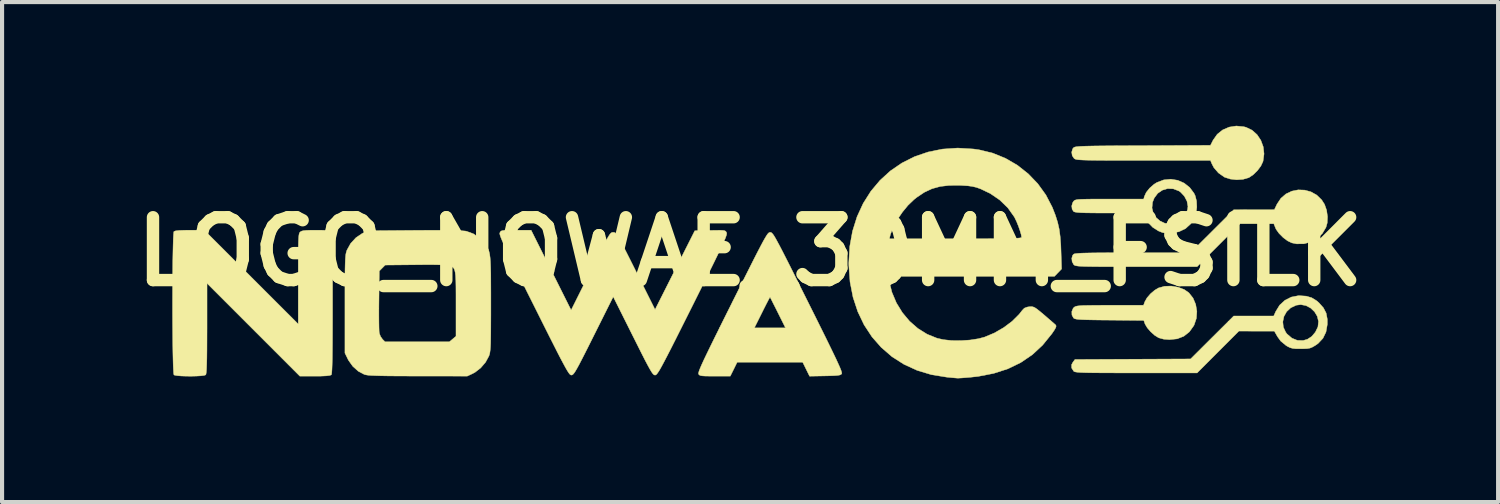
<source format=kicad_pcb>
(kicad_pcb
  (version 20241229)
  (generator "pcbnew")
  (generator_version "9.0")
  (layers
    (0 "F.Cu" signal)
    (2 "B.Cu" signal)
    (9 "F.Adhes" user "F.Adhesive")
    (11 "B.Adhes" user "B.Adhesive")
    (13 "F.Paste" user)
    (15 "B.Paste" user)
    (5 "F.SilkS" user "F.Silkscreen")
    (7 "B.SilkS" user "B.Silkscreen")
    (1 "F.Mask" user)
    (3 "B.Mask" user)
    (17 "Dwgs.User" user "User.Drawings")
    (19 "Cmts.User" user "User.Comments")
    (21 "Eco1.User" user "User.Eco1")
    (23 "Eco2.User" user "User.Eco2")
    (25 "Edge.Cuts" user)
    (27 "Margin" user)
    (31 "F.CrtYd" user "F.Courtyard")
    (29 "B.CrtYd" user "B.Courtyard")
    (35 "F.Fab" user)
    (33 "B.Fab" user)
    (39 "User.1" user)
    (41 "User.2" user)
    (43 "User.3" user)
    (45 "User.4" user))
  (footprint "LOGO_NOWAE_30MM_FSILK"
    (layer "F.Cu")
    (at 15.138 3.052)
    (property "Reference" "LOGO_NOWAE_30MM_FSILK" (at 0 0 0) (layer "F.SilkS") (effects (font (size 1.524 1.524) (thickness 0.3))))
    (attr through_hole)
    (fp_poly (pts (xy 10.379 0.862) (xy 10.53 0.92) (xy 10.64 0.997) (xy 10.741 1.125) (xy 10.806 1.279) (xy 10.834 1.448) (xy 10.822 1.618) (xy 10.768 1.778) (xy 10.759 1.795) (xy 10.652 1.945) (xy 10.518 2.051) (xy 10.357 2.114) (xy 10.17 2.133) (xy 10.029 2.122) (xy 9.912 2.09) (xy 9.902 2.085) (xy 9.81 2.028) (xy 9.715 1.943) (xy 9.632 1.847) (xy 9.578 1.756) (xy 9.573 1.742) (xy 9.547 1.668) (xy 8.717 1.66) (xy 8.485 1.658) (xy 8.299 1.655) (xy 8.154 1.652) (xy 8.045 1.648) (xy 7.966 1.643) (xy 7.911 1.636) (xy 7.875 1.627) (xy 7.853 1.616) (xy 7.843 1.608) (xy 7.805 1.537) (xy 7.802 1.452) (xy 7.834 1.374) (xy 7.858 1.349) (xy 7.878 1.336) (xy 7.904 1.325) (xy 7.943 1.317) (xy 8 1.311) (xy 8.081 1.306) (xy 8.192 1.304) (xy 8.338 1.302) (xy 8.526 1.301) (xy 8.729 1.301) (xy 9.541 1.301) (xy 9.571 1.217) (xy 9.624 1.122) (xy 9.709 1.023) (xy 9.811 0.936) (xy 9.902 0.881) (xy 10.049 0.84) (xy 10.213 0.834) (xy 10.379 0.862)) (stroke (width 0.01) (type solid)) (fill yes) (layer "F.SilkS"))
    (fp_poly (pts (xy 11.974 -3.029) (xy 12.027 -3.015) (xy 12.173 -2.945) (xy 12.294 -2.837) (xy 12.386 -2.699) (xy 12.444 -2.541) (xy 12.463 -2.371) (xy 12.44 -2.199) (xy 12.435 -2.181) (xy 12.385 -2.075) (xy 12.302 -1.965) (xy 12.202 -1.867) (xy 12.1 -1.798) (xy 12.089 -1.793) (xy 11.954 -1.754) (xy 11.798 -1.743) (xy 11.641 -1.761) (xy 11.506 -1.805) (xy 11.5 -1.809) (xy 11.358 -1.908) (xy 11.247 -2.037) (xy 11.199 -2.128) (xy 11.164 -2.212) (xy 9.541 -2.212) (xy 9.209 -2.212) (xy 8.926 -2.212) (xy 8.686 -2.213) (xy 8.487 -2.214) (xy 8.325 -2.216) (xy 8.194 -2.218) (xy 8.092 -2.221) (xy 8.015 -2.225) (xy 7.958 -2.229) (xy 7.918 -2.235) (xy 7.89 -2.242) (xy 7.871 -2.251) (xy 7.858 -2.26) (xy 7.812 -2.327) (xy 7.799 -2.412) (xy 7.822 -2.492) (xy 7.843 -2.519) (xy 7.855 -2.528) (xy 7.875 -2.536) (xy 7.906 -2.543) (xy 7.953 -2.548) (xy 8.019 -2.553) (xy 8.108 -2.557) (xy 8.224 -2.56) (xy 8.37 -2.563) (xy 8.551 -2.565) (xy 8.771 -2.567) (xy 9.033 -2.568) (xy 9.341 -2.57) (xy 9.526 -2.57) (xy 11.164 -2.578) (xy 11.229 -2.706) (xy 11.328 -2.846) (xy 11.46 -2.952) (xy 11.617 -3.02) (xy 11.791 -3.047) (xy 11.974 -3.029)) (stroke (width 0.01) (type solid)) (fill yes) (layer "F.SilkS"))
    (fp_poly (pts (xy 13.449 -1.492) (xy 13.602 -1.45) (xy 13.742 -1.371) (xy 13.861 -1.255) (xy 13.93 -1.147) (xy 13.98 -1.005) (xy 14.002 -0.848) (xy 13.995 -0.696) (xy 13.965 -0.589) (xy 13.876 -0.439) (xy 13.751 -0.32) (xy 13.6 -0.236) (xy 13.431 -0.191) (xy 13.253 -0.189) (xy 13.136 -0.213) (xy 13.034 -0.262) (xy 12.926 -0.343) (xy 12.828 -0.441) (xy 12.757 -0.54) (xy 12.742 -0.572) (xy 12.7 -0.677) (xy 11.88 -0.677) (xy 11.36 -0.156) (xy 10.84 0.364) (xy 9.367 0.364) (xy 9.053 0.364) (xy 8.787 0.364) (xy 8.564 0.364) (xy 8.382 0.363) (xy 8.235 0.361) (xy 8.119 0.359) (xy 8.031 0.355) (xy 7.966 0.351) (xy 7.92 0.345) (xy 7.889 0.339) (xy 7.868 0.33) (xy 7.855 0.321) (xy 7.846 0.312) (xy 7.809 0.241) (xy 7.801 0.16) (xy 7.822 0.089) (xy 7.847 0.061) (xy 7.866 0.053) (xy 7.904 0.047) (xy 7.962 0.041) (xy 8.046 0.036) (xy 8.159 0.033) (xy 8.305 0.03) (xy 8.488 0.028) (xy 8.712 0.027) (xy 8.98 0.026) (xy 9.288 0.026) (xy 10.681 0.026) (xy 11.204 -0.494) (xy 11.727 -1.015) (xy 12.22 -1.016) (xy 12.713 -1.017) (xy 12.778 -1.153) (xy 12.872 -1.294) (xy 12.994 -1.399) (xy 13.137 -1.467) (xy 13.291 -1.498) (xy 13.449 -1.492)) (stroke (width 0.01) (type solid)) (fill yes) (layer "F.SilkS"))
    (fp_poly (pts (xy 10.371 -1.73) (xy 10.526 -1.662) (xy 10.66 -1.556) (xy 10.764 -1.417) (xy 10.794 -1.355) (xy 10.826 -1.229) (xy 10.833 -1.081) (xy 10.815 -0.934) (xy 10.783 -0.832) (xy 10.687 -0.676) (xy 10.559 -0.559) (xy 10.399 -0.483) (xy 10.209 -0.449) (xy 10.202 -0.449) (xy 10.089 -0.448) (xy 10 -0.463) (xy 9.909 -0.499) (xy 9.902 -0.502) (xy 9.764 -0.59) (xy 9.652 -0.706) (xy 9.577 -0.836) (xy 9.574 -0.844) (xy 9.541 -0.937) (xy 8.718 -0.937) (xy 8.478 -0.937) (xy 8.285 -0.939) (xy 8.134 -0.941) (xy 8.02 -0.945) (xy 7.939 -0.951) (xy 7.885 -0.959) (xy 7.854 -0.968) (xy 7.847 -0.972) (xy 7.809 -1.029) (xy 7.806 -1.06) (xy 9.746 -1.06) (xy 9.777 -0.935) (xy 9.844 -0.828) (xy 9.94 -0.744) (xy 10.057 -0.689) (xy 10.186 -0.67) (xy 10.321 -0.691) (xy 10.384 -0.717) (xy 10.482 -0.792) (xy 10.561 -0.9) (xy 10.609 -1.022) (xy 10.618 -1.097) (xy 10.595 -1.223) (xy 10.531 -1.345) (xy 10.439 -1.443) (xy 10.399 -1.471) (xy 10.262 -1.524) (xy 10.125 -1.529) (xy 9.997 -1.491) (xy 9.885 -1.414) (xy 9.8 -1.3) (xy 9.759 -1.196) (xy 9.746 -1.06) (xy 7.806 -1.06) (xy 7.8 -1.107) (xy 7.822 -1.186) (xy 7.846 -1.223) (xy 7.861 -1.237) (xy 7.881 -1.249) (xy 7.911 -1.258) (xy 7.958 -1.265) (xy 8.026 -1.269) (xy 8.122 -1.272) (xy 8.25 -1.274) (xy 8.417 -1.275) (xy 8.629 -1.275) (xy 8.719 -1.275) (xy 9.545 -1.275) (xy 9.56 -1.335) (xy 9.606 -1.436) (xy 9.689 -1.54) (xy 9.794 -1.632) (xy 9.865 -1.677) (xy 10.031 -1.74) (xy 10.203 -1.757) (xy 10.371 -1.73)) (stroke (width 0.01) (type solid)) (fill yes) (layer "F.SilkS"))
    (fp_poly (pts (xy 13.487 1.079) (xy 13.619 1.118) (xy 13.736 1.19) (xy 13.795 1.241) (xy 13.903 1.362) (xy 13.969 1.49) (xy 13.997 1.637) (xy 13.997 1.765) (xy 13.965 1.949) (xy 13.891 2.102) (xy 13.773 2.227) (xy 13.703 2.276) (xy 13.635 2.315) (xy 13.576 2.339) (xy 13.507 2.351) (xy 13.411 2.355) (xy 13.351 2.355) (xy 13.236 2.354) (xy 13.157 2.346) (xy 13.094 2.328) (xy 13.032 2.297) (xy 12.997 2.276) (xy 12.867 2.168) (xy 12.791 2.063) (xy 12.713 1.928) (xy 12.283 1.927) (xy 11.854 1.926) (xy 11.347 2.433) (xy 10.84 2.941) (xy 9.364 2.941) (xy 9.046 2.941) (xy 8.775 2.94) (xy 8.548 2.939) (xy 8.362 2.938) (xy 8.212 2.936) (xy 8.094 2.933) (xy 8.004 2.929) (xy 7.939 2.924) (xy 7.895 2.918) (xy 7.867 2.911) (xy 7.851 2.903) (xy 7.85 2.902) (xy 7.798 2.822) (xy 7.797 2.74) (xy 7.827 2.684) (xy 7.878 2.615) (xy 10.682 2.602) (xy 11.204 2.082) (xy 11.587 1.701) (xy 12.918 1.701) (xy 12.931 1.831) (xy 12.989 1.955) (xy 13.02 1.996) (xy 13.139 2.098) (xy 13.27 2.151) (xy 13.41 2.155) (xy 13.515 2.125) (xy 13.619 2.057) (xy 13.707 1.953) (xy 13.767 1.83) (xy 13.77 1.821) (xy 13.784 1.692) (xy 13.754 1.568) (xy 13.688 1.458) (xy 13.594 1.368) (xy 13.48 1.308) (xy 13.354 1.284) (xy 13.242 1.299) (xy 13.11 1.362) (xy 13.01 1.456) (xy 12.945 1.572) (xy 12.918 1.701) (xy 11.587 1.701) (xy 11.727 1.561) (xy 12.698 1.561) (xy 12.747 1.451) (xy 12.841 1.298) (xy 12.969 1.18) (xy 13.123 1.102) (xy 13.295 1.068) (xy 13.325 1.068) (xy 13.487 1.079)) (stroke (width 0.01) (type solid)) (fill yes) (layer "F.SilkS"))
    (fp_poly (pts (xy 0.503 -0.467) (xy 0.518 -0.46) (xy 0.535 -0.445) (xy 0.557 -0.419) (xy 0.585 -0.378) (xy 0.62 -0.319) (xy 0.664 -0.239) (xy 0.72 -0.135) (xy 0.788 -0.004) (xy 0.87 0.157) (xy 0.969 0.352) (xy 1.085 0.584) (xy 1.221 0.855) (xy 1.378 1.169) (xy 1.405 1.223) (xy 1.57 1.553) (xy 1.712 1.839) (xy 1.834 2.085) (xy 1.936 2.294) (xy 2.02 2.467) (xy 2.088 2.609) (xy 2.14 2.723) (xy 2.179 2.81) (xy 2.205 2.875) (xy 2.219 2.92) (xy 2.225 2.948) (xy 2.222 2.96) (xy 2.205 2.979) (xy 2.173 2.992) (xy 2.119 3.001) (xy 2.034 3.007) (xy 1.91 3.011) (xy 1.818 3.013) (xy 1.443 3.02) (xy 1.359 2.85) (xy 1.276 2.681) (xy -0.313 2.681) (xy -0.396 2.85) (xy -0.48 3.019) (xy -0.85 3.019) (xy -0.997 3.018) (xy -1.1 3.016) (xy -1.169 3.011) (xy -1.21 3.002) (xy -1.234 2.988) (xy -1.249 2.968) (xy -1.251 2.952) (xy -1.245 2.923) (xy -1.231 2.878) (xy -1.205 2.814) (xy -1.168 2.729) (xy -1.117 2.618) (xy -1.051 2.48) (xy -0.969 2.311) (xy -0.869 2.107) (xy -0.75 1.867) (xy -0.741 1.848) (xy 0.104 1.848) (xy 0.859 1.848) (xy 0.674 1.477) (xy 0.611 1.351) (xy 0.556 1.243) (xy 0.515 1.16) (xy 0.489 1.111) (xy 0.484 1.101) (xy 0.472 1.121) (xy 0.44 1.18) (xy 0.393 1.271) (xy 0.335 1.385) (xy 0.292 1.472) (xy 0.104 1.848) (xy -0.741 1.848) (xy -0.611 1.587) (xy -0.449 1.263) (xy -0.43 1.224) (xy -0.269 0.903) (xy -0.13 0.625) (xy -0.01 0.387) (xy 0.091 0.186) (xy 0.176 0.02) (xy 0.247 -0.116) (xy 0.304 -0.224) (xy 0.35 -0.307) (xy 0.387 -0.369) (xy 0.415 -0.413) (xy 0.438 -0.442) (xy 0.456 -0.458) (xy 0.471 -0.466) (xy 0.486 -0.468) (xy 0.488 -0.468) (xy 0.503 -0.467)) (stroke (width 0.01) (type solid)) (fill yes) (layer "F.SilkS"))
    (fp_poly (pts (xy -12.095 0.618) (xy -10.956 1.756) (xy -10.956 0.661) (xy -10.956 0.393) (xy -10.956 0.172) (xy -10.955 -0.007) (xy -10.953 -0.148) (xy -10.95 -0.256) (xy -10.946 -0.336) (xy -10.941 -0.392) (xy -10.934 -0.431) (xy -10.926 -0.455) (xy -10.915 -0.471) (xy -10.909 -0.477) (xy -10.879 -0.496) (xy -10.832 -0.509) (xy -10.76 -0.516) (xy -10.652 -0.52) (xy -10.535 -0.52) (xy -10.397 -0.52) (xy -10.3 -0.516) (xy -10.237 -0.509) (xy -10.197 -0.496) (xy -10.171 -0.477) (xy -10.167 -0.473) (xy -10.158 -0.46) (xy -10.151 -0.439) (xy -10.144 -0.405) (xy -10.139 -0.357) (xy -10.135 -0.288) (xy -10.131 -0.197) (xy -10.129 -0.078) (xy -10.127 0.071) (xy -10.125 0.256) (xy -10.124 0.478) (xy -10.124 0.743) (xy -10.124 1.053) (xy -10.124 1.266) (xy -10.124 1.625) (xy -10.125 1.936) (xy -10.126 2.2) (xy -10.128 2.42) (xy -10.13 2.6) (xy -10.134 2.742) (xy -10.138 2.849) (xy -10.143 2.924) (xy -10.148 2.969) (xy -10.155 2.988) (xy -10.194 3.002) (xy -10.279 3.012) (xy -10.412 3.018) (xy -10.552 3.019) (xy -10.917 3.019) (xy -12.043 1.893) (xy -13.168 0.768) (xy -13.168 1.862) (xy -13.169 2.15) (xy -13.17 2.389) (xy -13.172 2.583) (xy -13.176 2.734) (xy -13.18 2.847) (xy -13.186 2.925) (xy -13.193 2.971) (xy -13.2 2.988) (xy -13.239 3.001) (xy -13.318 3.011) (xy -13.424 3.017) (xy -13.547 3.02) (xy -13.673 3.019) (xy -13.791 3.015) (xy -13.888 3.007) (xy -13.952 2.996) (xy -13.97 2.988) (xy -13.977 2.956) (xy -13.982 2.877) (xy -13.988 2.757) (xy -13.992 2.6) (xy -13.996 2.413) (xy -13.999 2.2) (xy -14.001 1.967) (xy -14.003 1.72) (xy -14.004 1.462) (xy -14.004 1.2) (xy -14.003 0.939) (xy -14.002 0.685) (xy -14 0.442) (xy -13.998 0.216) (xy -13.994 0.012) (xy -13.99 -0.164) (xy -13.986 -0.308) (xy -13.98 -0.413) (xy -13.974 -0.475) (xy -13.97 -0.489) (xy -13.93 -0.504) (xy -13.842 -0.514) (xy -13.706 -0.519) (xy -13.586 -0.52) (xy -13.234 -0.52) (xy -12.095 0.618)) (stroke (width 0.01) (type solid)) (fill yes) (layer "F.SilkS"))
    (fp_poly (pts (xy -7.311 -0.516) (xy -7.13 -0.512) (xy -6.997 -0.507) (xy -6.909 -0.5) (xy -6.879 -0.495) (xy -6.709 -0.433) (xy -6.554 -0.329) (xy -6.437 -0.203) (xy -6.402 -0.153) (xy -6.373 -0.107) (xy -6.349 -0.059) (xy -6.33 -0.005) (xy -6.315 0.06) (xy -6.304 0.142) (xy -6.296 0.246) (xy -6.291 0.377) (xy -6.287 0.539) (xy -6.286 0.739) (xy -6.285 0.98) (xy -6.285 1.262) (xy -6.285 1.538) (xy -6.286 1.767) (xy -6.287 1.955) (xy -6.289 2.105) (xy -6.291 2.223) (xy -6.295 2.315) (xy -6.301 2.385) (xy -6.308 2.439) (xy -6.316 2.481) (xy -6.327 2.516) (xy -6.335 2.536) (xy -6.415 2.683) (xy -6.531 2.818) (xy -6.668 2.925) (xy -6.727 2.957) (xy -6.857 3.018) (xy -8.055 3.017) (xy -8.348 3.016) (xy -8.594 3.015) (xy -8.796 3.013) (xy -8.96 3.01) (xy -9.089 3.006) (xy -9.188 3.002) (xy -9.262 2.996) (xy -9.314 2.988) (xy -9.35 2.979) (xy -9.353 2.978) (xy -9.502 2.899) (xy -9.634 2.78) (xy -9.738 2.634) (xy -9.751 2.609) (xy -9.824 2.459) (xy -9.824 1.548) (xy -9.001 1.548) (xy -9 1.706) (xy -8.998 1.835) (xy -8.995 1.927) (xy -8.991 1.974) (xy -8.961 2.056) (xy -8.913 2.124) (xy -8.851 2.186) (xy -7.291 2.186) (xy -7.211 2.119) (xy -7.131 2.051) (xy -7.131 1.266) (xy -7.131 1.031) (xy -7.132 0.843) (xy -7.135 0.696) (xy -7.141 0.584) (xy -7.151 0.502) (xy -7.165 0.443) (xy -7.184 0.404) (xy -7.21 0.377) (xy -7.244 0.357) (xy -7.281 0.341) (xy -7.325 0.331) (xy -7.405 0.323) (xy -7.524 0.319) (xy -7.686 0.316) (xy -7.893 0.316) (xy -8.101 0.318) (xy -8.847 0.325) (xy -8.991 0.47) (xy -8.999 1.178) (xy -9.001 1.37) (xy -9.001 1.548) (xy -9.824 1.548) (xy -9.824 1.275) (xy -9.824 0.994) (xy -9.824 0.76) (xy -9.823 0.568) (xy -9.821 0.413) (xy -9.818 0.291) (xy -9.814 0.196) (xy -9.809 0.123) (xy -9.803 0.067) (xy -9.794 0.024) (xy -9.784 -0.011) (xy -9.775 -0.037) (xy -9.686 -0.198) (xy -9.557 -0.338) (xy -9.41 -0.438) (xy -9.278 -0.507) (xy -8.146 -0.516) (xy -7.817 -0.518) (xy -7.539 -0.518) (xy -7.311 -0.516)) (stroke (width 0.01) (type solid)) (fill yes) (layer "F.SilkS"))
    (fp_poly (pts (xy -4.824 0.449) (xy -4.339 1.418) (xy -3.868 0.475) (xy -3.751 0.241) (xy -3.654 0.049) (xy -3.576 -0.105) (xy -3.514 -0.225) (xy -3.465 -0.315) (xy -3.427 -0.379) (xy -3.398 -0.423) (xy -3.374 -0.449) (xy -3.354 -0.463) (xy -3.335 -0.468) (xy -3.318 -0.468) (xy -3.298 -0.467) (xy -3.279 -0.461) (xy -3.258 -0.446) (xy -3.234 -0.417) (xy -3.203 -0.37) (xy -3.163 -0.302) (xy -3.112 -0.207) (xy -3.048 -0.081) (xy -2.967 0.079) (xy -2.867 0.278) (xy -2.772 0.468) (xy -2.304 1.405) (xy -1.822 0.449) (xy -1.34 -0.507) (xy -0.969 -0.515) (xy -0.824 -0.517) (xy -0.721 -0.518) (xy -0.654 -0.515) (xy -0.613 -0.507) (xy -0.59 -0.493) (xy -0.576 -0.473) (xy -0.57 -0.46) (xy -0.567 -0.445) (xy -0.569 -0.42) (xy -0.579 -0.384) (xy -0.597 -0.333) (xy -0.626 -0.265) (xy -0.666 -0.174) (xy -0.72 -0.06) (xy -0.788 0.082) (xy -0.872 0.255) (xy -0.974 0.462) (xy -1.095 0.706) (xy -1.237 0.99) (xy -1.39 1.297) (xy -1.552 1.62) (xy -1.692 1.899) (xy -1.812 2.138) (xy -1.914 2.34) (xy -2 2.507) (xy -2.071 2.643) (xy -2.129 2.752) (xy -2.175 2.836) (xy -2.212 2.898) (xy -2.241 2.941) (xy -2.263 2.97) (xy -2.281 2.985) (xy -2.295 2.992) (xy -2.303 2.993) (xy -2.321 2.99) (xy -2.34 2.978) (xy -2.363 2.953) (xy -2.393 2.91) (xy -2.431 2.846) (xy -2.48 2.757) (xy -2.543 2.638) (xy -2.621 2.485) (xy -2.717 2.294) (xy -2.834 2.06) (xy -2.843 2.043) (xy -3.318 1.093) (xy -3.793 2.043) (xy -3.911 2.279) (xy -4.009 2.473) (xy -4.089 2.629) (xy -4.152 2.75) (xy -4.202 2.841) (xy -4.241 2.907) (xy -4.271 2.95) (xy -4.295 2.977) (xy -4.314 2.989) (xy -4.332 2.993) (xy -4.333 2.993) (xy -4.347 2.99) (xy -4.363 2.98) (xy -4.382 2.96) (xy -4.407 2.925) (xy -4.439 2.874) (xy -4.479 2.804) (xy -4.53 2.71) (xy -4.594 2.59) (xy -4.671 2.441) (xy -4.763 2.259) (xy -4.873 2.042) (xy -5.001 1.787) (xy -5.15 1.489) (xy -5.246 1.297) (xy -5.409 0.972) (xy -5.549 0.689) (xy -5.669 0.448) (xy -5.77 0.243) (xy -5.854 0.071) (xy -5.921 -0.069) (xy -5.974 -0.182) (xy -6.013 -0.271) (xy -6.041 -0.339) (xy -6.059 -0.389) (xy -6.068 -0.423) (xy -6.07 -0.447) (xy -6.066 -0.46) (xy -6.054 -0.484) (xy -6.035 -0.5) (xy -6.002 -0.511) (xy -5.945 -0.517) (xy -5.857 -0.52) (xy -5.728 -0.52) (xy -5.674 -0.52) (xy -5.309 -0.52) (xy -4.824 0.449)) (stroke (width 0.01) (type solid)) (fill yes) (layer "F.SilkS"))
    (fp_poly (pts (xy 5.419 -2.489) (xy 5.556 -2.469) (xy 5.882 -2.39) (xy 6.192 -2.264) (xy 6.482 -2.096) (xy 6.745 -1.888) (xy 6.977 -1.647) (xy 7.173 -1.375) (xy 7.328 -1.077) (xy 7.334 -1.062) (xy 7.405 -0.88) (xy 7.457 -0.714) (xy 7.495 -0.549) (xy 7.519 -0.37) (xy 7.535 -0.162) (xy 7.54 -0.018) (xy 7.554 0.42) (xy 7.381 0.599) (xy 3.353 0.599) (xy 3.371 0.709) (xy 3.439 0.984) (xy 3.548 1.242) (xy 3.693 1.478) (xy 3.868 1.687) (xy 4.07 1.863) (xy 4.293 2.002) (xy 4.533 2.099) (xy 4.686 2.134) (xy 4.888 2.156) (xy 5.11 2.158) (xy 5.333 2.143) (xy 5.539 2.111) (xy 5.686 2.072) (xy 5.924 1.972) (xy 6.151 1.841) (xy 6.355 1.688) (xy 6.525 1.519) (xy 6.601 1.422) (xy 6.651 1.37) (xy 6.719 1.344) (xy 6.768 1.336) (xy 6.818 1.333) (xy 6.859 1.338) (xy 6.903 1.356) (xy 6.957 1.392) (xy 7.032 1.452) (xy 7.131 1.535) (xy 7.228 1.619) (xy 7.314 1.693) (xy 7.377 1.748) (xy 7.411 1.778) (xy 7.411 1.779) (xy 7.422 1.803) (xy 7.412 1.842) (xy 7.377 1.904) (xy 7.317 1.992) (xy 7.094 2.267) (xy 6.844 2.499) (xy 6.563 2.69) (xy 6.252 2.841) (xy 5.908 2.952) (xy 5.531 3.025) (xy 5.35 3.045) (xy 5.23 3.055) (xy 5.127 3.063) (xy 5.053 3.067) (xy 5.023 3.067) (xy 4.98 3.063) (xy 4.9 3.056) (xy 4.799 3.046) (xy 4.768 3.043) (xy 4.397 2.983) (xy 4.051 2.879) (xy 3.731 2.732) (xy 3.441 2.547) (xy 3.182 2.323) (xy 2.956 2.066) (xy 2.765 1.775) (xy 2.612 1.455) (xy 2.497 1.107) (xy 2.424 0.734) (xy 2.395 0.337) (xy 2.394 0.272) (xy 2.417 -0.125) (xy 2.451 -0.312) (xy 3.378 -0.312) (xy 4.981 -0.312) (xy 5.315 -0.312) (xy 5.601 -0.313) (xy 5.843 -0.314) (xy 6.042 -0.315) (xy 6.204 -0.317) (xy 6.332 -0.32) (xy 6.43 -0.323) (xy 6.5 -0.328) (xy 6.546 -0.333) (xy 6.573 -0.339) (xy 6.584 -0.346) (xy 6.584 -0.349) (xy 6.574 -0.412) (xy 6.546 -0.507) (xy 6.508 -0.617) (xy 6.463 -0.728) (xy 6.418 -0.822) (xy 6.405 -0.846) (xy 6.25 -1.063) (xy 6.054 -1.253) (xy 5.823 -1.411) (xy 5.582 -1.525) (xy 5.486 -1.559) (xy 5.392 -1.581) (xy 5.285 -1.596) (xy 5.148 -1.605) (xy 5.094 -1.608) (xy 4.834 -1.607) (xy 4.61 -1.581) (xy 4.411 -1.526) (xy 4.225 -1.439) (xy 4.04 -1.315) (xy 3.973 -1.261) (xy 3.831 -1.125) (xy 3.695 -0.96) (xy 3.572 -0.779) (xy 3.473 -0.596) (xy 3.406 -0.425) (xy 3.395 -0.384) (xy 3.378 -0.312) (xy 2.451 -0.312) (xy 2.485 -0.499) (xy 2.595 -0.849) (xy 2.744 -1.172) (xy 2.93 -1.466) (xy 3.15 -1.728) (xy 3.401 -1.957) (xy 3.681 -2.149) (xy 3.987 -2.303) (xy 4.316 -2.416) (xy 4.666 -2.487) (xy 5.035 -2.512) (xy 5.419 -2.489)) (stroke (width 0.01) (type solid)) (fill yes) (layer "F.SilkS")))
  (gr_rect
    (start -3 -3)
    (end 33.277 9.124)
    (stroke (width 0.1) (type default))
    (fill no)
    (layer "Edge.Cuts")))
</source>
